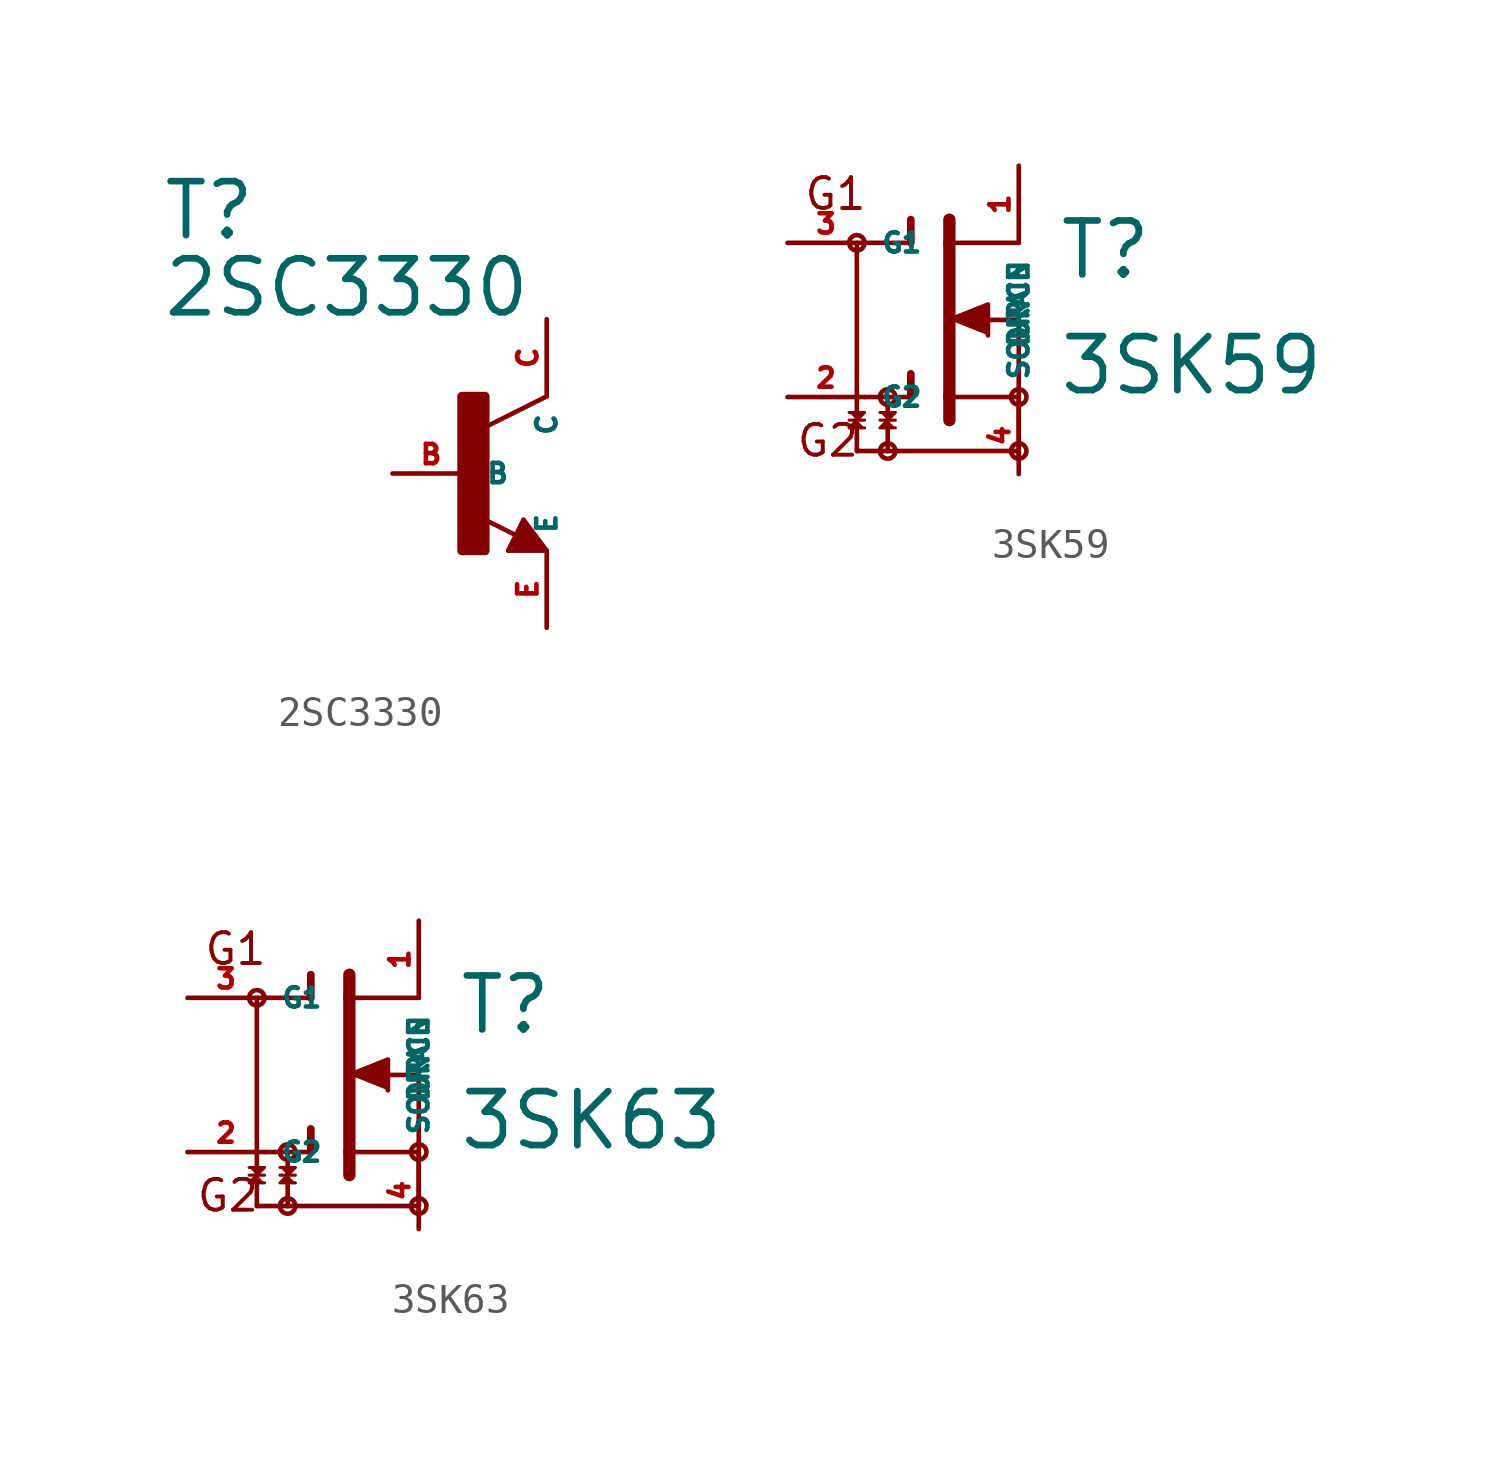
<source format=kicad_sym>
(kicad_symbol_lib
  (version 20220914)
  (generator Eagle2Kicad)
  (symbol "2SC3330"
    (property "Reference" "T"
      (at -10.16 7.62 0)
      (effects (font (size 1.778 1.778) (thickness 0.22)) (justify left bottom)))
    (property "Value" "2SC3330"
      (at -10.16 5.08 0)
      (effects (font (size 1.778 1.778) (thickness 0.22)) (justify left bottom)))
    (polyline
      (pts (xy 2.54 2.54) (xy 0.508 1.524))
      (stroke (width 0.152) (type default))
      (fill (type none)))
    (polyline
      (pts (xy 1.778 -1.524) (xy 2.54 -2.54))
      (stroke (width 0.152) (type default))
      (fill (type none)))
    (polyline
      (pts (xy 2.54 -2.54) (xy 1.27 -2.54))
      (stroke (width 0.152) (type default))
      (fill (type none)))
    (polyline
      (pts (xy 1.27 -2.54) (xy 1.778 -1.524))
      (stroke (width 0.152) (type default))
      (fill (type none)))
    (polyline
      (pts (xy 1.54 -2.04) (xy 0.308 -1.424))
      (stroke (width 0.152) (type default))
      (fill (type none)))
    (polyline
      (pts (xy 1.524 -2.413) (xy 2.286 -2.413))
      (stroke (width 0.254) (type default))
      (fill (type none)))
    (polyline
      (pts (xy 2.286 -2.413) (xy 1.778 -1.778))
      (stroke (width 0.254) (type default))
      (fill (type none)))
    (polyline
      (pts (xy 1.778 -1.778) (xy 1.524 -2.286))
      (stroke (width 0.254) (type default))
      (fill (type none)))
    (polyline
      (pts (xy 1.524 -2.286) (xy 1.905 -2.286))
      (stroke (width 0.254) (type default))
      (fill (type none)))
    (polyline
      (pts (xy 1.905 -2.286) (xy 1.778 -2.032))
      (stroke (width 0.254) (type default))
      (fill (type none)))
    (rectangle
      (start -0.254 -2.54)
      (end 0.508 2.54)
      (stroke (width 0.3) (type default))
      (fill (type outline)))
    (pin passive line
      (at -2.54 0 0)
      (length 2.54)
      (name "B" (effects (font (size 0.635 0.635) (thickness 0.08)) (justify left bottom)))
      (number "B" (effects (font (size 0.635 0.635) (thickness 0.08)) (justify left bottom))))
    (pin passive line
      (at 2.54 -5.08 90)
      (length 2.54)
      (name "E" (effects (font (size 0.635 0.635) (thickness 0.08)) (justify left bottom)))
      (number "E" (effects (font (size 0.635 0.635) (thickness 0.08)) (justify left bottom))))
    (pin passive line
      (at 2.54 5.08 270)
      (length 2.54)
      (name "C" (effects (font (size 0.635 0.635) (thickness 0.08)) (justify left bottom)))
      (number "C" (effects (font (size 0.635 0.635) (thickness 0.08)) (justify left bottom)))))
  (symbol "3SK59"
    (property "Reference" "T"
      (at 3.81 1.27 0)
      (effects (font (size 1.778 1.778) (thickness 0.22)) (justify left bottom)))
    (property "Value" "3SK59"
      (at 3.81 -2.54 0)
      (effects (font (size 1.778 1.778) (thickness 0.22)) (justify left bottom)))
    (polyline
      (pts (xy 0.254 0) (xy 1.524 0.508) (xy 1.524 -0.508))
      (stroke (width 0.152) (type default))
      (fill (type outline)))
    (polyline
      (pts (xy -2.032 -3.048) (xy -1.524 -3.048) (xy -1.778 -3.302))
      (stroke (width 0.102) (type default))
      (fill (type outline)))
    (polyline
      (pts (xy -1.524 -3.556) (xy -2.032 -3.556) (xy -1.778 -3.302))
      (stroke (width 0.102) (type default))
      (fill (type outline)))
    (polyline
      (pts (xy -3.048 -3.048) (xy -2.54 -3.048) (xy -2.794 -3.302))
      (stroke (width 0.102) (type default))
      (fill (type outline)))
    (polyline
      (pts (xy -2.54 -3.556) (xy -3.048 -3.556) (xy -2.794 -3.302))
      (stroke (width 0.102) (type default))
      (fill (type outline)))
    (polyline
      (pts (xy -1.016 2.54) (xy -1.016 3.302))
      (stroke (width 0.254) (type default))
      (fill (type none)))
    (polyline
      (pts (xy -1.016 -2.54) (xy -1.016 -1.778))
      (stroke (width 0.254) (type default))
      (fill (type none)))
    (polyline
      (pts (xy 0.254 3.302) (xy 0.254 2.54))
      (stroke (width 0.406) (type default))
      (fill (type none)))
    (polyline
      (pts (xy 0.254 2.54) (xy 0.254 -2.54))
      (stroke (width 0.406) (type default))
      (fill (type none)))
    (polyline
      (pts (xy 0.254 -2.54) (xy 0.254 -3.302))
      (stroke (width 0.406) (type default))
      (fill (type none)))
    (polyline
      (pts (xy 0.254 2.54) (xy 2.54 2.54))
      (stroke (width 0.152) (type default))
      (fill (type none)))
    (polyline
      (pts (xy 0.254 -2.54) (xy 2.54 -2.54))
      (stroke (width 0.152) (type default))
      (fill (type none)))
    (polyline
      (pts (xy 2.54 -2.54) (xy 2.54 -4.318))
      (stroke (width 0.152) (type default))
      (fill (type none)))
    (polyline
      (pts (xy 2.54 -4.318) (xy 2.54 -4.572))
      (stroke (width 0.152) (type default))
      (fill (type none)))
    (polyline
      (pts (xy 2.54 -2.54) (xy 2.54 0))
      (stroke (width 0.152) (type default))
      (fill (type none)))
    (polyline
      (pts (xy 2.54 0) (xy 0.508 0))
      (stroke (width 0.152) (type default))
      (fill (type none)))
    (polyline
      (pts (xy -2.54 2.54) (xy -1.016 2.54))
      (stroke (width 0.152) (type default))
      (fill (type none)))
    (polyline
      (pts (xy -2.54 -2.54) (xy -1.778 -2.54))
      (stroke (width 0.152) (type default))
      (fill (type none)))
    (polyline
      (pts (xy -1.778 -2.54) (xy -1.016 -2.54))
      (stroke (width 0.152) (type default))
      (fill (type none)))
    (polyline
      (pts (xy -1.778 -2.54) (xy -1.778 -4.318))
      (stroke (width 0.152) (type default))
      (fill (type none)))
    (polyline
      (pts (xy -1.778 -4.318) (xy 2.54 -4.318))
      (stroke (width 0.152) (type default))
      (fill (type none)))
    (polyline
      (pts (xy -2.032 -3.302) (xy -1.524 -3.302))
      (stroke (width 0.102) (type default))
      (fill (type none)))
    (polyline
      (pts (xy -2.794 2.54) (xy -2.794 -4.318))
      (stroke (width 0.152) (type default))
      (fill (type none)))
    (polyline
      (pts (xy -2.794 -4.318) (xy -1.778 -4.318))
      (stroke (width 0.152) (type default))
      (fill (type none)))
    (polyline
      (pts (xy -3.048 -3.302) (xy -2.54 -3.302))
      (stroke (width 0.102) (type default))
      (fill (type none)))
    (text "G1"
      (at -4.572 3.556 0)
      (effects (font (size 1.016 1.016) (thickness 0.13)) (justify left bottom)))
    (text "G2"
      (at -4.826 -4.572 0)
      (effects (font (size 1.016 1.016) (thickness 0.13)) (justify left bottom)))
    (circle
      (center -2.794 2.54)
      (radius 0.254)
      (stroke (width 0) (type default))
      (fill (type none)))
    (circle
      (center -1.778 -2.54)
      (radius 0.254)
      (stroke (width 0) (type default))
      (fill (type none)))
    (circle
      (center -1.778 -4.318)
      (radius 0.254)
      (stroke (width 0) (type default))
      (fill (type none)))
    (circle
      (center 2.54 -4.318)
      (radius 0.254)
      (stroke (width 0) (type default))
      (fill (type none)))
    (circle
      (center 2.54 -2.54)
      (radius 0.254)
      (stroke (width 0) (type default))
      (fill (type none)))
    (pin passive line
      (at -5.08 2.54 0)
      (length 2.54)
      (name "G1" (effects (font (size 0.635 0.635) (thickness 0.08)) (justify left bottom)))
      (number "3" (effects (font (size 0.635 0.635) (thickness 0.08)) (justify left bottom))))
    (pin passive line
      (at -5.08 -2.54 0)
      (length 2.54)
      (name "G2" (effects (font (size 0.635 0.635) (thickness 0.08)) (justify left bottom)))
      (number "2" (effects (font (size 0.635 0.635) (thickness 0.08)) (justify left bottom))))
    (pin passive line
      (at 2.54 5.08 270)
      (length 2.54)
      (name "DRAIN" (effects (font (size 0.635 0.635) (thickness 0.08)) (justify left bottom)))
      (number "1" (effects (font (size 0.635 0.635) (thickness 0.08)) (justify left bottom))))
    (pin passive line
      (at 2.54 -5.08 90)
      (length 2.54)
      (name "SOURCE" (effects (font (size 0.635 0.635) (thickness 0.08)) (justify left bottom)))
      (number "4" (effects (font (size 0.635 0.635) (thickness 0.08)) (justify left bottom)))))
  (symbol "3SK63"
    (property "Reference" "T"
      (at 3.81 1.27 0)
      (effects (font (size 1.778 1.778) (thickness 0.22)) (justify left bottom)))
    (property "Value" "3SK63"
      (at 3.81 -2.54 0)
      (effects (font (size 1.778 1.778) (thickness 0.22)) (justify left bottom)))
    (polyline
      (pts (xy 0.254 0) (xy 1.524 0.508) (xy 1.524 -0.508))
      (stroke (width 0.152) (type default))
      (fill (type outline)))
    (polyline
      (pts (xy -2.032 -3.048) (xy -1.524 -3.048) (xy -1.778 -3.302))
      (stroke (width 0.102) (type default))
      (fill (type outline)))
    (polyline
      (pts (xy -1.524 -3.556) (xy -2.032 -3.556) (xy -1.778 -3.302))
      (stroke (width 0.102) (type default))
      (fill (type outline)))
    (polyline
      (pts (xy -3.048 -3.048) (xy -2.54 -3.048) (xy -2.794 -3.302))
      (stroke (width 0.102) (type default))
      (fill (type outline)))
    (polyline
      (pts (xy -2.54 -3.556) (xy -3.048 -3.556) (xy -2.794 -3.302))
      (stroke (width 0.102) (type default))
      (fill (type outline)))
    (polyline
      (pts (xy -1.016 2.54) (xy -1.016 3.302))
      (stroke (width 0.254) (type default))
      (fill (type none)))
    (polyline
      (pts (xy -1.016 -2.54) (xy -1.016 -1.778))
      (stroke (width 0.254) (type default))
      (fill (type none)))
    (polyline
      (pts (xy 0.254 3.302) (xy 0.254 2.54))
      (stroke (width 0.406) (type default))
      (fill (type none)))
    (polyline
      (pts (xy 0.254 2.54) (xy 0.254 -2.54))
      (stroke (width 0.406) (type default))
      (fill (type none)))
    (polyline
      (pts (xy 0.254 -2.54) (xy 0.254 -3.302))
      (stroke (width 0.406) (type default))
      (fill (type none)))
    (polyline
      (pts (xy 0.254 2.54) (xy 2.54 2.54))
      (stroke (width 0.152) (type default))
      (fill (type none)))
    (polyline
      (pts (xy 0.254 -2.54) (xy 2.54 -2.54))
      (stroke (width 0.152) (type default))
      (fill (type none)))
    (polyline
      (pts (xy 2.54 -2.54) (xy 2.54 -4.318))
      (stroke (width 0.152) (type default))
      (fill (type none)))
    (polyline
      (pts (xy 2.54 -4.318) (xy 2.54 -4.572))
      (stroke (width 0.152) (type default))
      (fill (type none)))
    (polyline
      (pts (xy 2.54 -2.54) (xy 2.54 0))
      (stroke (width 0.152) (type default))
      (fill (type none)))
    (polyline
      (pts (xy 2.54 0) (xy 0.508 0))
      (stroke (width 0.152) (type default))
      (fill (type none)))
    (polyline
      (pts (xy -2.54 2.54) (xy -1.016 2.54))
      (stroke (width 0.152) (type default))
      (fill (type none)))
    (polyline
      (pts (xy -2.54 -2.54) (xy -1.778 -2.54))
      (stroke (width 0.152) (type default))
      (fill (type none)))
    (polyline
      (pts (xy -1.778 -2.54) (xy -1.016 -2.54))
      (stroke (width 0.152) (type default))
      (fill (type none)))
    (polyline
      (pts (xy -1.778 -2.54) (xy -1.778 -4.318))
      (stroke (width 0.152) (type default))
      (fill (type none)))
    (polyline
      (pts (xy -1.778 -4.318) (xy 2.54 -4.318))
      (stroke (width 0.152) (type default))
      (fill (type none)))
    (polyline
      (pts (xy -2.032 -3.302) (xy -1.524 -3.302))
      (stroke (width 0.102) (type default))
      (fill (type none)))
    (polyline
      (pts (xy -2.794 2.54) (xy -2.794 -4.318))
      (stroke (width 0.152) (type default))
      (fill (type none)))
    (polyline
      (pts (xy -2.794 -4.318) (xy -1.778 -4.318))
      (stroke (width 0.152) (type default))
      (fill (type none)))
    (polyline
      (pts (xy -3.048 -3.302) (xy -2.54 -3.302))
      (stroke (width 0.102) (type default))
      (fill (type none)))
    (text "G1"
      (at -4.572 3.556 0)
      (effects (font (size 1.016 1.016) (thickness 0.13)) (justify left bottom)))
    (text "G2"
      (at -4.826 -4.572 0)
      (effects (font (size 1.016 1.016) (thickness 0.13)) (justify left bottom)))
    (circle
      (center -2.794 2.54)
      (radius 0.254)
      (stroke (width 0) (type default))
      (fill (type none)))
    (circle
      (center -1.778 -2.54)
      (radius 0.254)
      (stroke (width 0) (type default))
      (fill (type none)))
    (circle
      (center -1.778 -4.318)
      (radius 0.254)
      (stroke (width 0) (type default))
      (fill (type none)))
    (circle
      (center 2.54 -4.318)
      (radius 0.254)
      (stroke (width 0) (type default))
      (fill (type none)))
    (circle
      (center 2.54 -2.54)
      (radius 0.254)
      (stroke (width 0) (type default))
      (fill (type none)))
    (pin passive line
      (at -5.08 2.54 0)
      (length 2.54)
      (name "G1" (effects (font (size 0.635 0.635) (thickness 0.08)) (justify left bottom)))
      (number "3" (effects (font (size 0.635 0.635) (thickness 0.08)) (justify left bottom))))
    (pin passive line
      (at -5.08 -2.54 0)
      (length 2.54)
      (name "G2" (effects (font (size 0.635 0.635) (thickness 0.08)) (justify left bottom)))
      (number "2" (effects (font (size 0.635 0.635) (thickness 0.08)) (justify left bottom))))
    (pin passive line
      (at 2.54 5.08 270)
      (length 2.54)
      (name "DRAIN" (effects (font (size 0.635 0.635) (thickness 0.08)) (justify left bottom)))
      (number "1" (effects (font (size 0.635 0.635) (thickness 0.08)) (justify left bottom))))
    (pin passive line
      (at 2.54 -5.08 90)
      (length 2.54)
      (name "SOURCE" (effects (font (size 0.635 0.635) (thickness 0.08)) (justify left bottom)))
      (number "4" (effects (font (size 0.635 0.635) (thickness 0.08)) (justify left bottom))))))
</source>
